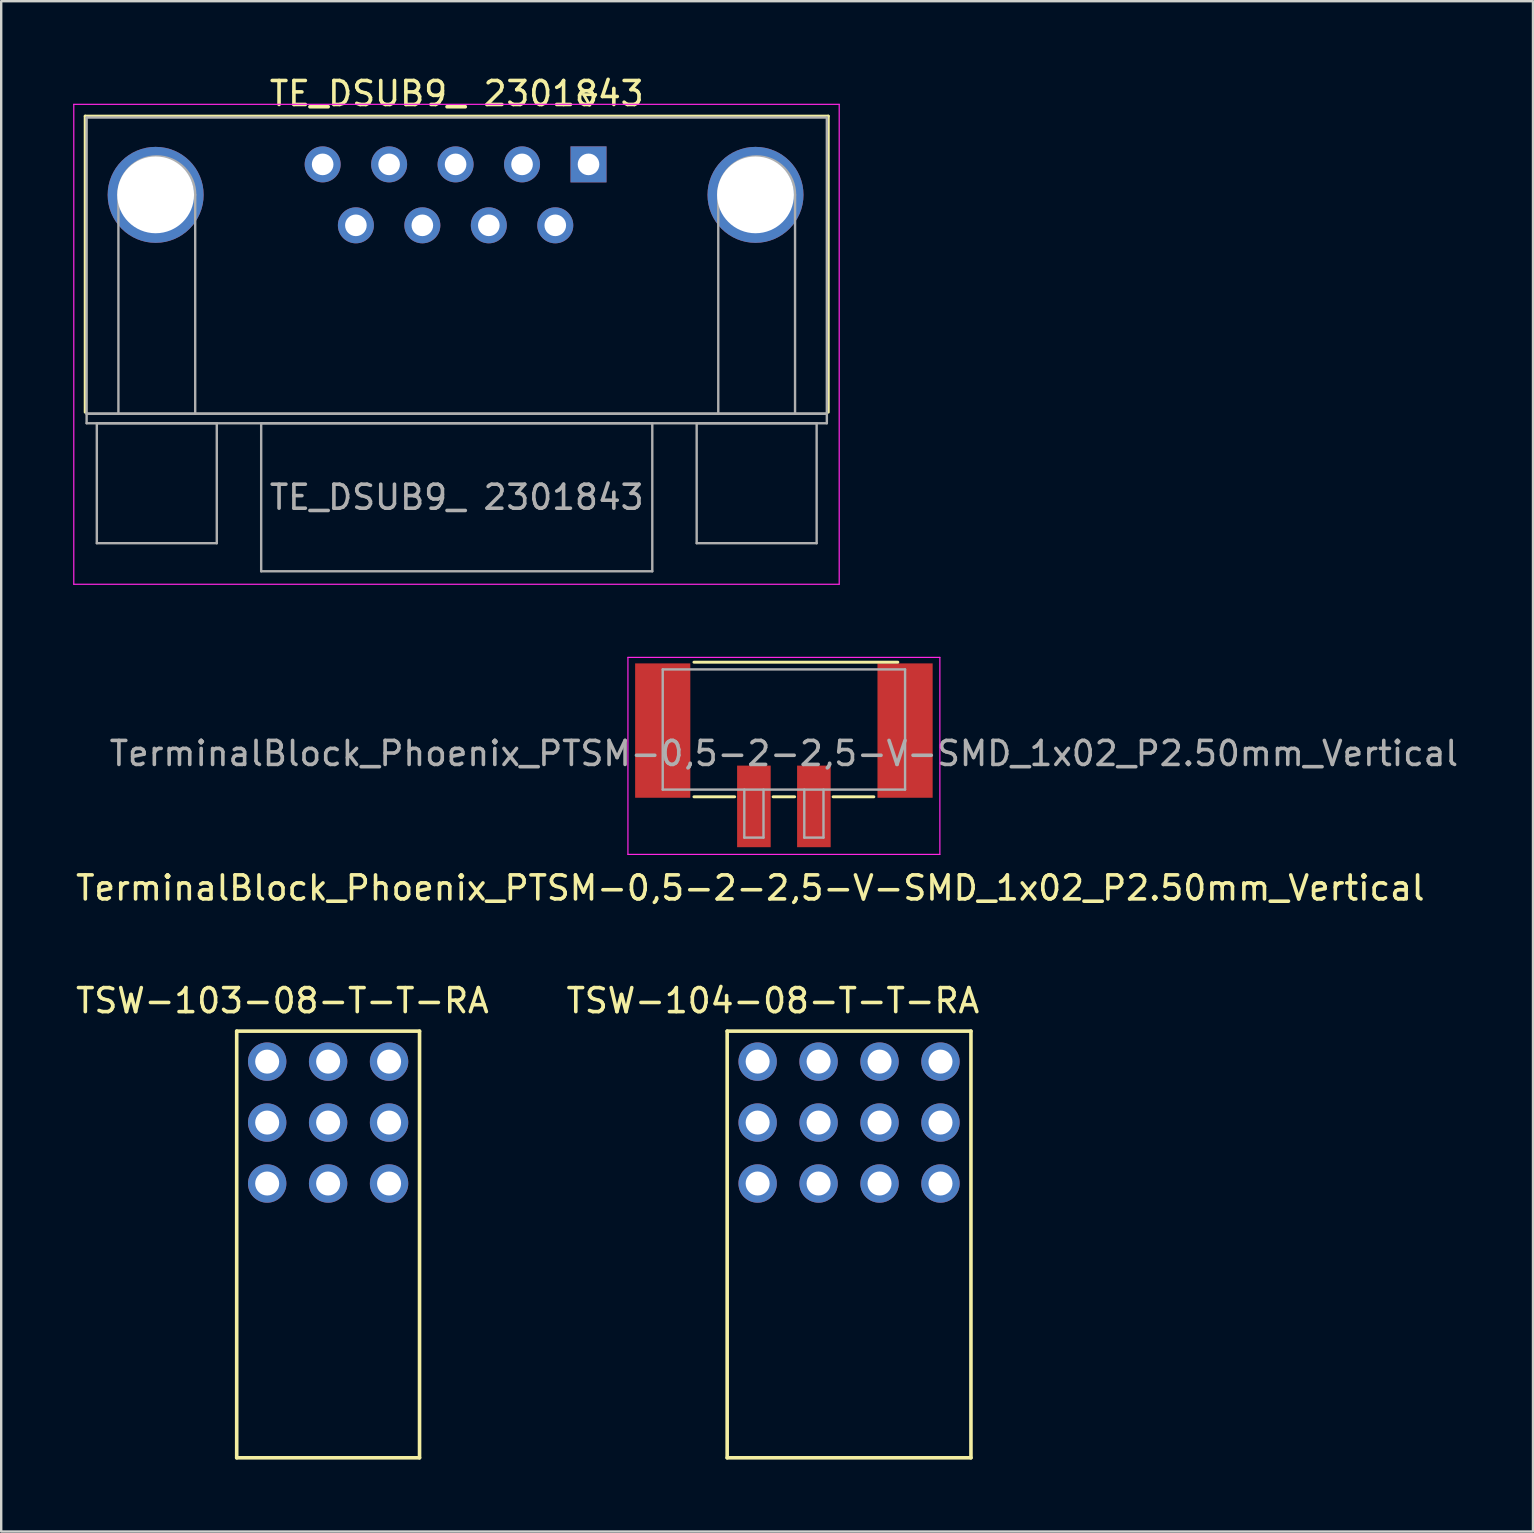
<source format=kicad_pcb>
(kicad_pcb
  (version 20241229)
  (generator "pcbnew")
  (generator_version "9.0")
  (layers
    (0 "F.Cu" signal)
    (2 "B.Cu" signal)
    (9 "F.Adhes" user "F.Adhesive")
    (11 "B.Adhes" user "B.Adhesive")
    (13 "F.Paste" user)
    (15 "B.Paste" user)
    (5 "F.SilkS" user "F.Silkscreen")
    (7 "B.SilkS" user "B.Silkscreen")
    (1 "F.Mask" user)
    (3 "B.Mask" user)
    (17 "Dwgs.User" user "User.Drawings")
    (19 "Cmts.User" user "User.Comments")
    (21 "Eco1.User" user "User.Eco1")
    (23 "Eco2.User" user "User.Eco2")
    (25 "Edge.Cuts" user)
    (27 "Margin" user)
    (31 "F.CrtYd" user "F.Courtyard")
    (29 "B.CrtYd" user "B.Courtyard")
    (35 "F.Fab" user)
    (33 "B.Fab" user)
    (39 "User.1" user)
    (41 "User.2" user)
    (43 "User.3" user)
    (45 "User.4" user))
  (footprint "TSW-104-08-T-T-RA"
    (layer "F.Cu")
    (at 28.526 46.275)
    (property "Reference" "TSW-104-08-T-T-RA" (at 0.635 -7.62 0) (layer "F.SilkS") (effects (font (size 1 1) (thickness 0.15))))
    (attr through_hole)
    (fp_line (start -1.27 -6.35) (end -1.27 11.43) (stroke (width 0.15) (type solid)) (layer "F.SilkS"))
    (fp_line (start -1.27 11.43) (end 8.89 11.43) (stroke (width 0.15) (type solid)) (layer "F.SilkS"))
    (fp_line (start 8.89 -6.35) (end -1.27 -6.35) (stroke (width 0.15) (type solid)) (layer "F.SilkS"))
    (fp_line (start 8.89 11.43) (end 8.89 -6.35) (stroke (width 0.15) (type solid)) (layer "F.SilkS"))
    (pad "1" thru_hole circle (at 0 0) (size 1.6 1.6) (drill 1) (layers "*.Cu" "*.Mask"))
    (pad "2" thru_hole circle (at 0 -2.54) (size 1.6 1.6) (drill 1) (layers "*.Cu" "*.Mask"))
    (pad "3" thru_hole circle (at 0 -5.08) (size 1.6 1.6) (drill 1) (layers "*.Cu" "*.Mask"))
    (pad "4" thru_hole circle (at 2.54 0) (size 1.6 1.6) (drill 1) (layers "*.Cu" "*.Mask"))
    (pad "5" thru_hole circle (at 2.54 -2.54) (size 1.6 1.6) (drill 1) (layers "*.Cu" "*.Mask"))
    (pad "6" thru_hole circle (at 2.54 -5.08) (size 1.6 1.6) (drill 1) (layers "*.Cu" "*.Mask"))
    (pad "7" thru_hole circle (at 5.08 0) (size 1.6 1.6) (drill 1) (layers "*.Cu" "*.Mask"))
    (pad "8" thru_hole circle (at 5.08 -2.54) (size 1.6 1.6) (drill 1) (layers "*.Cu" "*.Mask"))
    (pad "9" thru_hole circle (at 5.08 -5.08) (size 1.6 1.6) (drill 1) (layers "*.Cu" "*.Mask"))
    (pad "10" thru_hole circle (at 7.62 0) (size 1.6 1.6) (drill 1) (layers "*.Cu" "*.Mask"))
    (pad "11" thru_hole circle (at 7.62 -2.54) (size 1.6 1.6) (drill 1) (layers "*.Cu" "*.Mask"))
    (pad "12" thru_hole circle (at 7.62 -5.08) (size 1.6 1.6) (drill 1) (layers "*.Cu" "*.Mask")))
  (footprint "TE_DSUB9_ 2301843"
    (layer "F.Cu")
    (at 15.937 5.071)
    (property "Reference" "TE_DSUB9_ 2301843" (at 0.048 -4.222 0) (layer "F.SilkS") (effects (font (size 1 1) (thickness 0.15))))
    (attr through_hole)
    (fp_line (start -15.437 -3.282) (end 15.533 -3.282) (stroke (width 0.12) (type solid)) (layer "F.SilkS"))
    (fp_line (start -15.437 9.058) (end -15.437 -3.282) (stroke (width 0.12) (type solid)) (layer "F.SilkS"))
    (fp_line (start 5.338 -4.177) (end 5.838 -4.177) (stroke (width 0.12) (type solid)) (layer "F.SilkS"))
    (fp_line (start 5.588 -3.744) (end 5.338 -4.177) (stroke (width 0.12) (type solid)) (layer "F.SilkS"))
    (fp_line (start 5.838 -4.177) (end 5.588 -3.744) (stroke (width 0.12) (type solid)) (layer "F.SilkS"))
    (fp_line (start 15.533 -3.282) (end 15.533 9.058) (stroke (width 0.12) (type solid)) (layer "F.SilkS"))
    (fp_line (start -15.912 -3.772) (end -15.912 16.228) (stroke (width 0.05) (type solid)) (layer "F.CrtYd"))
    (fp_line (start -15.912 16.228) (end 15.988 16.228) (stroke (width 0.05) (type solid)) (layer "F.CrtYd"))
    (fp_line (start 15.988 -3.772) (end -15.912 -3.772) (stroke (width 0.05) (type solid)) (layer "F.CrtYd"))
    (fp_line (start 15.988 16.228) (end 15.988 -3.772) (stroke (width 0.05) (type solid)) (layer "F.CrtYd"))
    (fp_line (start -15.377 -3.222) (end -15.377 9.118) (stroke (width 0.1) (type solid)) (layer "F.Fab"))
    (fp_line (start -15.377 9.118) (end -15.377 9.518) (stroke (width 0.1) (type solid)) (layer "F.Fab"))
    (fp_line (start -15.377 9.118) (end 15.473 9.118) (stroke (width 0.1) (type solid)) (layer "F.Fab"))
    (fp_line (start -15.377 9.518) (end 15.473 9.518) (stroke (width 0.1) (type solid)) (layer "F.Fab"))
    (fp_line (start -14.952 9.518) (end -14.952 14.518) (stroke (width 0.1) (type solid)) (layer "F.Fab"))
    (fp_line (start -14.952 14.518) (end -9.952 14.518) (stroke (width 0.1) (type solid)) (layer "F.Fab"))
    (fp_line (start -14.052 9.118) (end -14.052 -0.002) (stroke (width 0.1) (type solid)) (layer "F.Fab"))
    (fp_line (start -10.852 9.118) (end -10.852 -0.002) (stroke (width 0.1) (type solid)) (layer "F.Fab"))
    (fp_line (start -9.952 9.518) (end -14.952 9.518) (stroke (width 0.1) (type solid)) (layer "F.Fab"))
    (fp_line (start -9.952 14.518) (end -9.952 9.518) (stroke (width 0.1) (type solid)) (layer "F.Fab"))
    (fp_line (start -8.102 9.518) (end -8.102 15.688) (stroke (width 0.1) (type solid)) (layer "F.Fab"))
    (fp_line (start -8.102 15.688) (end 8.198 15.688) (stroke (width 0.1) (type solid)) (layer "F.Fab"))
    (fp_line (start 8.198 9.518) (end -8.102 9.518) (stroke (width 0.1) (type solid)) (layer "F.Fab"))
    (fp_line (start 8.198 15.688) (end 8.198 9.518) (stroke (width 0.1) (type solid)) (layer "F.Fab"))
    (fp_line (start 10.048 9.518) (end 10.048 14.518) (stroke (width 0.1) (type solid)) (layer "F.Fab"))
    (fp_line (start 10.048 14.518) (end 15.048 14.518) (stroke (width 0.1) (type solid)) (layer "F.Fab"))
    (fp_line (start 10.948 9.118) (end 10.948 -0.002) (stroke (width 0.1) (type solid)) (layer "F.Fab"))
    (fp_line (start 14.148 9.118) (end 14.148 -0.002) (stroke (width 0.1) (type solid)) (layer "F.Fab"))
    (fp_line (start 15.048 9.518) (end 10.048 9.518) (stroke (width 0.1) (type solid)) (layer "F.Fab"))
    (fp_line (start 15.048 14.518) (end 15.048 9.518) (stroke (width 0.1) (type solid)) (layer "F.Fab"))
    (fp_line (start 15.473 -3.222) (end -15.377 -3.222) (stroke (width 0.1) (type solid)) (layer "F.Fab"))
    (fp_line (start 15.473 9.118) (end -15.377 9.118) (stroke (width 0.1) (type solid)) (layer "F.Fab"))
    (fp_line (start 15.473 9.118) (end 15.473 -3.222) (stroke (width 0.1) (type solid)) (layer "F.Fab"))
    (fp_line (start 15.473 9.518) (end 15.473 9.118) (stroke (width 0.1) (type solid)) (layer "F.Fab"))
    (fp_arc (start -14.052 -0.0024) (mid -12.452 -1.6024) (end -10.852 -0.0024) (stroke (width 0.1) (type solid)) (layer "F.Fab"))
    (fp_arc (start 10.948 -0.0024) (mid 12.548 -1.6024) (end 14.148 -0.0024) (stroke (width 0.1) (type solid)) (layer "F.Fab"))
    (fp_text user "${REFERENCE}" (at 0.048 12.603 0) (layer "F.Fab") (effects (font (size 1 1) (thickness 0.15))))
    (pad "0" thru_hole circle (at -12.5 0) (size 4 4) (drill 3.2) (layers "*.Cu" "*.Mask"))
    (pad "0" thru_hole circle (at 12.5 0) (size 4 4) (drill 3.2) (layers "*.Cu" "*.Mask"))
    (pad "1" thru_hole rect (at 5.54 -1.27) (size 1.5 1.5) (drill 0.9) (layers "*.Cu" "*.Mask"))
    (pad "2" thru_hole circle (at 2.77 -1.27) (size 1.5 1.5) (drill 0.9) (layers "*.Cu" "*.Mask"))
    (pad "3" thru_hole circle (at 0 -1.27) (size 1.5 1.5) (drill 0.9) (layers "*.Cu" "*.Mask"))
    (pad "4" thru_hole circle (at -2.77 -1.27) (size 1.5 1.5) (drill 0.9) (layers "*.Cu" "*.Mask"))
    (pad "5" thru_hole circle (at -5.54 -1.27) (size 1.5 1.5) (drill 0.9) (layers "*.Cu" "*.Mask"))
    (pad "6" thru_hole circle (at 4.155 1.27) (size 1.5 1.5) (drill 0.9) (layers "*.Cu" "*.Mask"))
    (pad "7" thru_hole circle (at 1.385 1.27) (size 1.5 1.5) (drill 0.9) (layers "*.Cu" "*.Mask"))
    (pad "8" thru_hole circle (at -1.385 1.27) (size 1.5 1.5) (drill 0.9) (layers "*.Cu" "*.Mask"))
    (pad "9" thru_hole circle (at -4.155 1.27) (size 1.5 1.5) (drill 0.9) (layers "*.Cu" "*.Mask")))
  (footprint "TerminalBlock_Phoenix_PTSM-0,5-2-2,5-V-SMD_1x02_P2.50mm_Vertical"
    (layer "F.Cu")
    (at 29.62 28.428)
    (property "Reference" "TerminalBlock_Phoenix_PTSM-0,5-2-2,5-V-SMD_1x02_P2.50mm_Vertical" (at -1.4 5.53 0) (layer "F.SilkS") (effects (font (size 1 1) (thickness 0.15))))
    (attr smd)
    (fp_line (start -3.75 -3.88) (end 4.75 -3.88) (stroke (width 0.12) (type solid)) (layer "F.SilkS"))
    (fp_line (start -2.05 1.73) (end -3.75 1.73) (stroke (width 0.12) (type solid)) (layer "F.SilkS"))
    (fp_line (start 0.45 1.73) (end -0.45 1.73) (stroke (width 0.12) (type solid)) (layer "F.SilkS"))
    (fp_line (start 3.75 1.73) (end 2.05 1.73) (stroke (width 0.12) (type solid)) (layer "F.SilkS"))
    (fp_line (start -6.5 -4.08) (end 6.5 -4.08) (stroke (width 0.05) (type solid)) (layer "F.CrtYd"))
    (fp_line (start -6.5 4.13) (end -6.5 -4.08) (stroke (width 0.05) (type solid)) (layer "F.CrtYd"))
    (fp_line (start 6.5 -4.08) (end 6.5 4.13) (stroke (width 0.05) (type solid)) (layer "F.CrtYd"))
    (fp_line (start 6.5 4.13) (end -6.5 4.13) (stroke (width 0.05) (type solid)) (layer "F.CrtYd"))
    (fp_line (start -5.05 -3.58) (end 5.05 -3.58) (stroke (width 0.1) (type solid)) (layer "F.Fab"))
    (fp_line (start -5.05 1.43) (end -5.05 -3.58) (stroke (width 0.1) (type solid)) (layer "F.Fab"))
    (fp_line (start -1.65 1.43) (end -1.65 3.43) (stroke (width 0.1) (type solid)) (layer "F.Fab"))
    (fp_line (start -1.65 3.43) (end -0.85 3.43) (stroke (width 0.1) (type solid)) (layer "F.Fab"))
    (fp_line (start -0.85 1.43) (end -0.85 3.43) (stroke (width 0.1) (type solid)) (layer "F.Fab"))
    (fp_line (start 0.85 1.43) (end 0.85 3.43) (stroke (width 0.1) (type solid)) (layer "F.Fab"))
    (fp_line (start 0.85 3.43) (end 1.65 3.43) (stroke (width 0.1) (type solid)) (layer "F.Fab"))
    (fp_line (start 1.65 1.43) (end 1.65 3.43) (stroke (width 0.1) (type solid)) (layer "F.Fab"))
    (fp_line (start 5.05 1.43) (end -5.05 1.43) (stroke (width 0.1) (type solid)) (layer "F.Fab"))
    (fp_line (start 5.05 1.43) (end 5.05 -3.58) (stroke (width 0.1) (type solid)) (layer "F.Fab"))
    (fp_text user "${REFERENCE}" (at 0 -0.075 0) (layer "F.Fab") (effects (font (size 1 1) (thickness 0.15))))
    (pad "" smd rect (at -5.05 -1.03 180) (size 2.3 5.6) (layers "F.Cu" "F.Mask" "F.Paste"))
    (pad "" smd rect (at 5.05 -1.03 180) (size 2.3 5.6) (layers "F.Cu" "F.Mask" "F.Paste"))
    (pad "1" smd rect (at -1.25 2.13 180) (size 1.4 3.4) (layers "F.Cu" "F.Mask" "F.Paste"))
    (pad "2" smd rect (at 1.25 2.13 180) (size 1.4 3.4) (layers "F.Cu" "F.Mask" "F.Paste")))
  (footprint "TSW-103-08-T-T-RA"
    (layer "F.Cu")
    (at 8.085 46.275)
    (property "Reference" "TSW-103-08-T-T-RA" (at 0.635 -7.62 0) (layer "F.SilkS") (effects (font (size 1 1) (thickness 0.15))))
    (attr through_hole)
    (fp_line (start -1.27 -6.35) (end -1.27 11.43) (stroke (width 0.15) (type solid)) (layer "F.SilkS"))
    (fp_line (start -1.27 11.43) (end 6.35 11.43) (stroke (width 0.15) (type solid)) (layer "F.SilkS"))
    (fp_line (start 6.35 -6.35) (end -1.27 -6.35) (stroke (width 0.15) (type solid)) (layer "F.SilkS"))
    (fp_line (start 6.35 11.43) (end 6.35 -6.35) (stroke (width 0.15) (type solid)) (layer "F.SilkS"))
    (pad "1" thru_hole circle (at 0 0) (size 1.6 1.6) (drill 1) (layers "*.Cu" "*.Mask"))
    (pad "2" thru_hole circle (at 0 -2.54) (size 1.6 1.6) (drill 1) (layers "*.Cu" "*.Mask"))
    (pad "3" thru_hole circle (at 0 -5.08) (size 1.6 1.6) (drill 1) (layers "*.Cu" "*.Mask"))
    (pad "4" thru_hole circle (at 2.54 0) (size 1.6 1.6) (drill 1) (layers "*.Cu" "*.Mask"))
    (pad "5" thru_hole circle (at 2.54 -2.54) (size 1.6 1.6) (drill 1) (layers "*.Cu" "*.Mask"))
    (pad "6" thru_hole circle (at 2.54 -5.08) (size 1.6 1.6) (drill 1) (layers "*.Cu" "*.Mask"))
    (pad "7" thru_hole circle (at 5.08 0) (size 1.6 1.6) (drill 1) (layers "*.Cu" "*.Mask"))
    (pad "8" thru_hole circle (at 5.08 -2.54) (size 1.6 1.6) (drill 1) (layers "*.Cu" "*.Mask"))
    (pad "9" thru_hole circle (at 5.08 -5.08) (size 1.6 1.6) (drill 1) (layers "*.Cu" "*.Mask")))
  (gr_rect
    (start -3 -3)
    (end 60.84 60.78)
    (stroke (width 0.1) (type default))
    (fill no)
    (layer "Edge.Cuts")))
</source>
